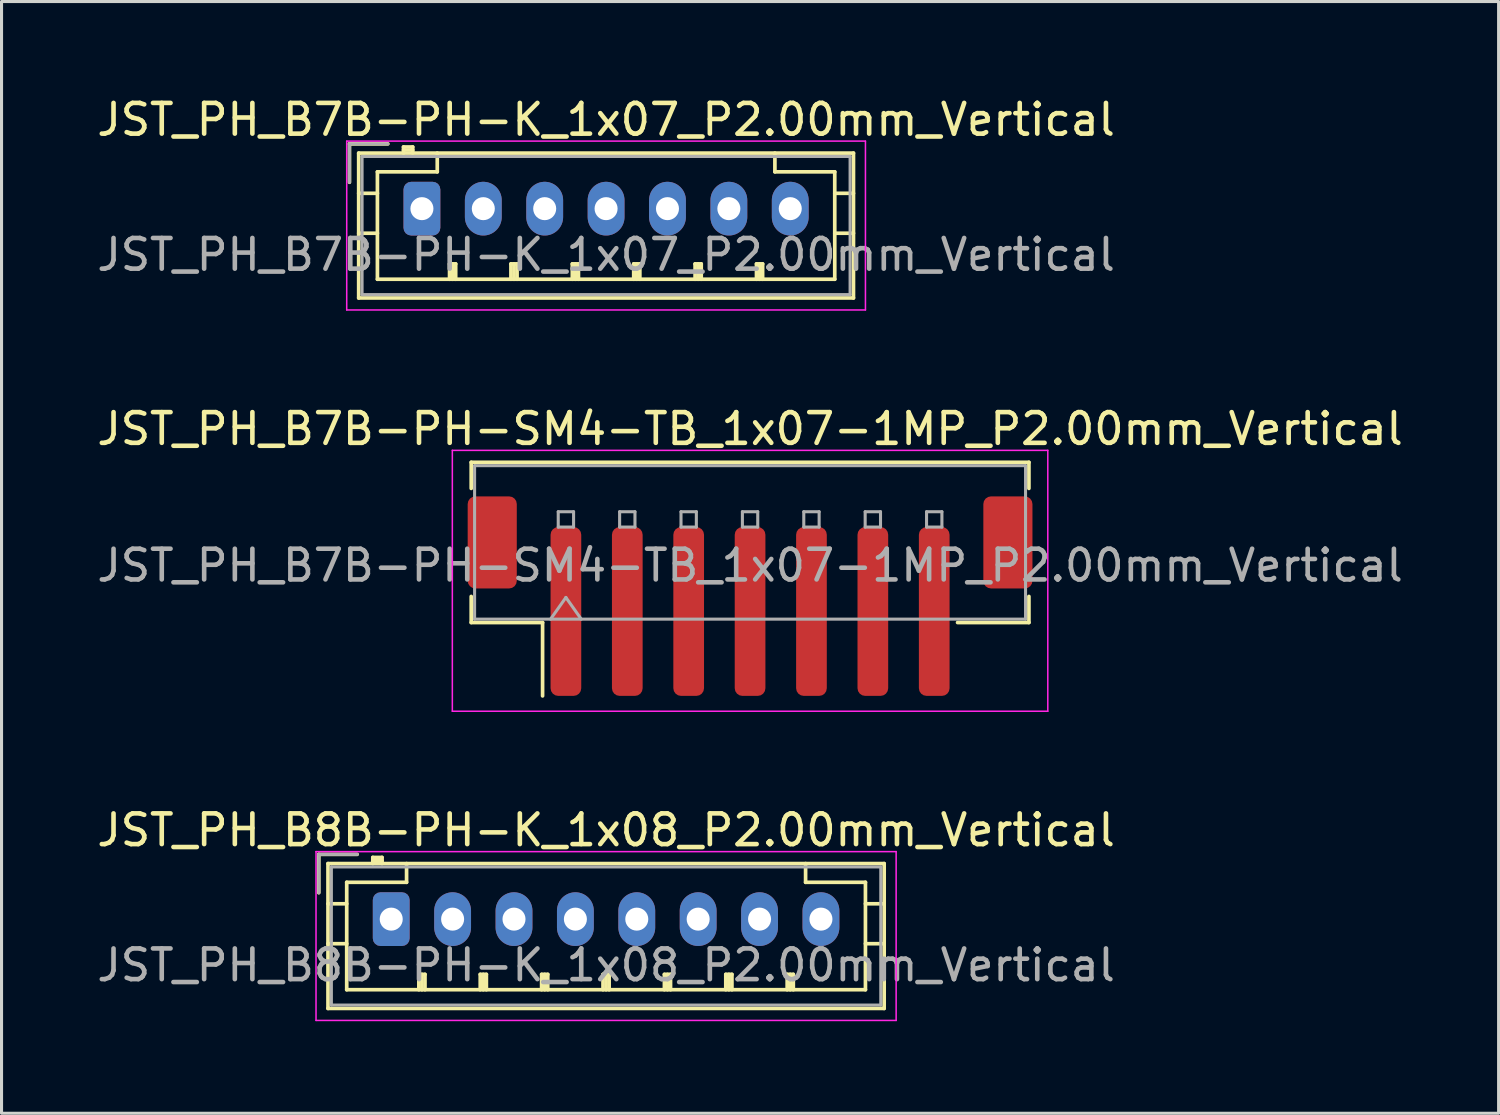
<source format=kicad_pcb>
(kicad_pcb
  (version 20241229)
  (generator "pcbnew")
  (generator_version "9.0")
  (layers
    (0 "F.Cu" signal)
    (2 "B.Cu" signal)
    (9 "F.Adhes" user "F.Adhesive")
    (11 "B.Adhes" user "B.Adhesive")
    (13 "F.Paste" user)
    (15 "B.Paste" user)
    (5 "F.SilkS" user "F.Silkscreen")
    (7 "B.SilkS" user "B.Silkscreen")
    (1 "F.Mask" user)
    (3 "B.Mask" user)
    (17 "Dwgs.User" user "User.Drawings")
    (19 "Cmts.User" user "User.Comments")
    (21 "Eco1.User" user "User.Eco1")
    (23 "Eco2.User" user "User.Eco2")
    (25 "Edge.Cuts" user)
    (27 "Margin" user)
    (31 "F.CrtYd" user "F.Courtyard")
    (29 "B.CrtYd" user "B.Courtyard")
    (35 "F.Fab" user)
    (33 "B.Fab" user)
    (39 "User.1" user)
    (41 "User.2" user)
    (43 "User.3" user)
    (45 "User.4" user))
  (footprint "JST_PH_B7B-PH-SM4-TB_1x07-1MP_P2.00mm_Vertical"
    (layer "F.Cu")
    (at 21.387 16.372)
    (property "Reference" "JST_PH_B7B-PH-SM4-TB_1x07-1MP_P2.00mm_Vertical" (at 0 -5.45 0) (layer "F.SilkS") (effects (font (size 1 1) (thickness 0.15))))
    (attr smd)
    (fp_line (start -9.085 -4.36) (end 9.085 -4.36) (stroke (width 0.12) (type solid)) (layer "F.SilkS"))
    (fp_line (start -9.085 -3.51) (end -9.085 -4.36) (stroke (width 0.12) (type solid)) (layer "F.SilkS"))
    (fp_line (start -9.085 0.01) (end -9.085 0.86) (stroke (width 0.12) (type solid)) (layer "F.SilkS"))
    (fp_line (start -9.085 0.86) (end -6.76 0.86) (stroke (width 0.12) (type solid)) (layer "F.SilkS"))
    (fp_line (start -6.76 0.86) (end -6.76 3.25) (stroke (width 0.12) (type solid)) (layer "F.SilkS"))
    (fp_line (start 9.085 -4.36) (end 9.085 -3.51) (stroke (width 0.12) (type solid)) (layer "F.SilkS"))
    (fp_line (start 9.085 0.01) (end 9.085 0.86) (stroke (width 0.12) (type solid)) (layer "F.SilkS"))
    (fp_line (start 9.085 0.86) (end 6.76 0.86) (stroke (width 0.12) (type solid)) (layer "F.SilkS"))
    (fp_line (start -9.7 -4.75) (end -9.7 3.75) (stroke (width 0.05) (type solid)) (layer "F.CrtYd"))
    (fp_line (start -9.7 3.75) (end 9.7 3.75) (stroke (width 0.05) (type solid)) (layer "F.CrtYd"))
    (fp_line (start 9.7 -4.75) (end -9.7 -4.75) (stroke (width 0.05) (type solid)) (layer "F.CrtYd"))
    (fp_line (start 9.7 3.75) (end 9.7 -4.75) (stroke (width 0.05) (type solid)) (layer "F.CrtYd"))
    (fp_line (start -8.975 -4.25) (end 8.975 -4.25) (stroke (width 0.1) (type solid)) (layer "F.Fab"))
    (fp_line (start -8.975 0.75) (end -8.975 -4.25) (stroke (width 0.1) (type solid)) (layer "F.Fab"))
    (fp_line (start -8.975 0.75) (end 8.975 0.75) (stroke (width 0.1) (type solid)) (layer "F.Fab"))
    (fp_line (start -6.5 0.75) (end -6 0.043) (stroke (width 0.1) (type solid)) (layer "F.Fab"))
    (fp_line (start -6.25 -2.75) (end -6.25 -2.25) (stroke (width 0.1) (type solid)) (layer "F.Fab"))
    (fp_line (start -6.25 -2.25) (end -5.75 -2.25) (stroke (width 0.1) (type solid)) (layer "F.Fab"))
    (fp_line (start -6 0.043) (end -5.5 0.75) (stroke (width 0.1) (type solid)) (layer "F.Fab"))
    (fp_line (start -5.75 -2.75) (end -6.25 -2.75) (stroke (width 0.1) (type solid)) (layer "F.Fab"))
    (fp_line (start -5.75 -2.25) (end -5.75 -2.75) (stroke (width 0.1) (type solid)) (layer "F.Fab"))
    (fp_line (start -4.25 -2.75) (end -4.25 -2.25) (stroke (width 0.1) (type solid)) (layer "F.Fab"))
    (fp_line (start -4.25 -2.25) (end -3.75 -2.25) (stroke (width 0.1) (type solid)) (layer "F.Fab"))
    (fp_line (start -3.75 -2.75) (end -4.25 -2.75) (stroke (width 0.1) (type solid)) (layer "F.Fab"))
    (fp_line (start -3.75 -2.25) (end -3.75 -2.75) (stroke (width 0.1) (type solid)) (layer "F.Fab"))
    (fp_line (start -2.25 -2.75) (end -2.25 -2.25) (stroke (width 0.1) (type solid)) (layer "F.Fab"))
    (fp_line (start -2.25 -2.25) (end -1.75 -2.25) (stroke (width 0.1) (type solid)) (layer "F.Fab"))
    (fp_line (start -1.75 -2.75) (end -2.25 -2.75) (stroke (width 0.1) (type solid)) (layer "F.Fab"))
    (fp_line (start -1.75 -2.25) (end -1.75 -2.75) (stroke (width 0.1) (type solid)) (layer "F.Fab"))
    (fp_line (start -0.25 -2.75) (end -0.25 -2.25) (stroke (width 0.1) (type solid)) (layer "F.Fab"))
    (fp_line (start -0.25 -2.25) (end 0.25 -2.25) (stroke (width 0.1) (type solid)) (layer "F.Fab"))
    (fp_line (start 0.25 -2.75) (end -0.25 -2.75) (stroke (width 0.1) (type solid)) (layer "F.Fab"))
    (fp_line (start 0.25 -2.25) (end 0.25 -2.75) (stroke (width 0.1) (type solid)) (layer "F.Fab"))
    (fp_line (start 1.75 -2.75) (end 1.75 -2.25) (stroke (width 0.1) (type solid)) (layer "F.Fab"))
    (fp_line (start 1.75 -2.25) (end 2.25 -2.25) (stroke (width 0.1) (type solid)) (layer "F.Fab"))
    (fp_line (start 2.25 -2.75) (end 1.75 -2.75) (stroke (width 0.1) (type solid)) (layer "F.Fab"))
    (fp_line (start 2.25 -2.25) (end 2.25 -2.75) (stroke (width 0.1) (type solid)) (layer "F.Fab"))
    (fp_line (start 3.75 -2.75) (end 3.75 -2.25) (stroke (width 0.1) (type solid)) (layer "F.Fab"))
    (fp_line (start 3.75 -2.25) (end 4.25 -2.25) (stroke (width 0.1) (type solid)) (layer "F.Fab"))
    (fp_line (start 4.25 -2.75) (end 3.75 -2.75) (stroke (width 0.1) (type solid)) (layer "F.Fab"))
    (fp_line (start 4.25 -2.25) (end 4.25 -2.75) (stroke (width 0.1) (type solid)) (layer "F.Fab"))
    (fp_line (start 5.75 -2.75) (end 5.75 -2.25) (stroke (width 0.1) (type solid)) (layer "F.Fab"))
    (fp_line (start 5.75 -2.25) (end 6.25 -2.25) (stroke (width 0.1) (type solid)) (layer "F.Fab"))
    (fp_line (start 6.25 -2.75) (end 5.75 -2.75) (stroke (width 0.1) (type solid)) (layer "F.Fab"))
    (fp_line (start 6.25 -2.25) (end 6.25 -2.75) (stroke (width 0.1) (type solid)) (layer "F.Fab"))
    (fp_line (start 8.975 0.75) (end 8.975 -4.25) (stroke (width 0.1) (type solid)) (layer "F.Fab"))
    (fp_text user "${REFERENCE}" (at 0 -1 0) (layer "F.Fab") (effects (font (size 1 1) (thickness 0.15))))
    (pad "1" smd roundrect (at -6 0.5) (size 1 5.5) (layers "F.Cu" "F.Mask" "F.Paste") (roundrect_rratio 0.25))
    (pad "2" smd roundrect (at -4 0.5) (size 1 5.5) (layers "F.Cu" "F.Mask" "F.Paste") (roundrect_rratio 0.25))
    (pad "3" smd roundrect (at -2 0.5) (size 1 5.5) (layers "F.Cu" "F.Mask" "F.Paste") (roundrect_rratio 0.25))
    (pad "4" smd roundrect (at 0 0.5) (size 1 5.5) (layers "F.Cu" "F.Mask" "F.Paste") (roundrect_rratio 0.25))
    (pad "5" smd roundrect (at 2 0.5) (size 1 5.5) (layers "F.Cu" "F.Mask" "F.Paste") (roundrect_rratio 0.25))
    (pad "6" smd roundrect (at 4 0.5) (size 1 5.5) (layers "F.Cu" "F.Mask" "F.Paste") (roundrect_rratio 0.25))
    (pad "7" smd roundrect (at 6 0.5) (size 1 5.5) (layers "F.Cu" "F.Mask" "F.Paste") (roundrect_rratio 0.25))
    (pad "MP" smd roundrect (at -8.4 -1.75) (size 1.6 3) (layers "F.Cu" "F.Mask" "F.Paste") (roundrect_rratio 0.156))
    (pad "MP" smd roundrect (at 8.4 -1.75) (size 1.6 3) (layers "F.Cu" "F.Mask" "F.Paste") (roundrect_rratio 0.156)))
  (footprint "JST_PH_B8B-PH-K_1x08_P2.00mm_Vertical"
    (layer "F.Cu")
    (at 9.696 26.895)
    (property "Reference" "JST_PH_B8B-PH-K_1x08_P2.00mm_Vertical" (at 7 -2.9 0) (layer "F.SilkS") (effects (font (size 1 1) (thickness 0.15))))
    (attr through_hole)
    (fp_line (start -2.36 -2.11) (end -2.36 -0.86) (stroke (width 0.12) (type solid)) (layer "F.SilkS"))
    (fp_line (start -2.06 -1.81) (end -2.06 2.91) (stroke (width 0.12) (type solid)) (layer "F.SilkS"))
    (fp_line (start -2.06 -0.5) (end -1.45 -0.5) (stroke (width 0.12) (type solid)) (layer "F.SilkS"))
    (fp_line (start -2.06 0.8) (end -1.45 0.8) (stroke (width 0.12) (type solid)) (layer "F.SilkS"))
    (fp_line (start -2.06 2.91) (end 16.06 2.91) (stroke (width 0.12) (type solid)) (layer "F.SilkS"))
    (fp_line (start -1.45 -1.2) (end -1.45 2.3) (stroke (width 0.12) (type solid)) (layer "F.SilkS"))
    (fp_line (start -1.45 2.3) (end 15.45 2.3) (stroke (width 0.12) (type solid)) (layer "F.SilkS"))
    (fp_line (start -1.11 -2.11) (end -2.36 -2.11) (stroke (width 0.12) (type solid)) (layer "F.SilkS"))
    (fp_line (start -0.6 -2.01) (end -0.6 -1.81) (stroke (width 0.12) (type solid)) (layer "F.SilkS"))
    (fp_line (start -0.3 -2.01) (end -0.6 -2.01) (stroke (width 0.12) (type solid)) (layer "F.SilkS"))
    (fp_line (start -0.3 -1.91) (end -0.6 -1.91) (stroke (width 0.12) (type solid)) (layer "F.SilkS"))
    (fp_line (start -0.3 -1.81) (end -0.3 -2.01) (stroke (width 0.12) (type solid)) (layer "F.SilkS"))
    (fp_line (start 0.5 -1.81) (end 0.5 -1.2) (stroke (width 0.12) (type solid)) (layer "F.SilkS"))
    (fp_line (start 0.5 -1.2) (end -1.45 -1.2) (stroke (width 0.12) (type solid)) (layer "F.SilkS"))
    (fp_line (start 0.9 1.8) (end 1.1 1.8) (stroke (width 0.12) (type solid)) (layer "F.SilkS"))
    (fp_line (start 0.9 2.3) (end 0.9 1.8) (stroke (width 0.12) (type solid)) (layer "F.SilkS"))
    (fp_line (start 1 2.3) (end 1 1.8) (stroke (width 0.12) (type solid)) (layer "F.SilkS"))
    (fp_line (start 1.1 1.8) (end 1.1 2.3) (stroke (width 0.12) (type solid)) (layer "F.SilkS"))
    (fp_line (start 2.9 1.8) (end 3.1 1.8) (stroke (width 0.12) (type solid)) (layer "F.SilkS"))
    (fp_line (start 2.9 2.3) (end 2.9 1.8) (stroke (width 0.12) (type solid)) (layer "F.SilkS"))
    (fp_line (start 3 2.3) (end 3 1.8) (stroke (width 0.12) (type solid)) (layer "F.SilkS"))
    (fp_line (start 3.1 1.8) (end 3.1 2.3) (stroke (width 0.12) (type solid)) (layer "F.SilkS"))
    (fp_line (start 4.9 1.8) (end 5.1 1.8) (stroke (width 0.12) (type solid)) (layer "F.SilkS"))
    (fp_line (start 4.9 2.3) (end 4.9 1.8) (stroke (width 0.12) (type solid)) (layer "F.SilkS"))
    (fp_line (start 5 2.3) (end 5 1.8) (stroke (width 0.12) (type solid)) (layer "F.SilkS"))
    (fp_line (start 5.1 1.8) (end 5.1 2.3) (stroke (width 0.12) (type solid)) (layer "F.SilkS"))
    (fp_line (start 6.9 1.8) (end 7.1 1.8) (stroke (width 0.12) (type solid)) (layer "F.SilkS"))
    (fp_line (start 6.9 2.3) (end 6.9 1.8) (stroke (width 0.12) (type solid)) (layer "F.SilkS"))
    (fp_line (start 7 2.3) (end 7 1.8) (stroke (width 0.12) (type solid)) (layer "F.SilkS"))
    (fp_line (start 7.1 1.8) (end 7.1 2.3) (stroke (width 0.12) (type solid)) (layer "F.SilkS"))
    (fp_line (start 8.9 1.8) (end 9.1 1.8) (stroke (width 0.12) (type solid)) (layer "F.SilkS"))
    (fp_line (start 8.9 2.3) (end 8.9 1.8) (stroke (width 0.12) (type solid)) (layer "F.SilkS"))
    (fp_line (start 9 2.3) (end 9 1.8) (stroke (width 0.12) (type solid)) (layer "F.SilkS"))
    (fp_line (start 9.1 1.8) (end 9.1 2.3) (stroke (width 0.12) (type solid)) (layer "F.SilkS"))
    (fp_line (start 10.9 1.8) (end 11.1 1.8) (stroke (width 0.12) (type solid)) (layer "F.SilkS"))
    (fp_line (start 10.9 2.3) (end 10.9 1.8) (stroke (width 0.12) (type solid)) (layer "F.SilkS"))
    (fp_line (start 11 2.3) (end 11 1.8) (stroke (width 0.12) (type solid)) (layer "F.SilkS"))
    (fp_line (start 11.1 1.8) (end 11.1 2.3) (stroke (width 0.12) (type solid)) (layer "F.SilkS"))
    (fp_line (start 12.9 1.8) (end 13.1 1.8) (stroke (width 0.12) (type solid)) (layer "F.SilkS"))
    (fp_line (start 12.9 2.3) (end 12.9 1.8) (stroke (width 0.12) (type solid)) (layer "F.SilkS"))
    (fp_line (start 13 2.3) (end 13 1.8) (stroke (width 0.12) (type solid)) (layer "F.SilkS"))
    (fp_line (start 13.1 1.8) (end 13.1 2.3) (stroke (width 0.12) (type solid)) (layer "F.SilkS"))
    (fp_line (start 13.5 -1.2) (end 13.5 -1.81) (stroke (width 0.12) (type solid)) (layer "F.SilkS"))
    (fp_line (start 15.45 -1.2) (end 13.5 -1.2) (stroke (width 0.12) (type solid)) (layer "F.SilkS"))
    (fp_line (start 15.45 2.3) (end 15.45 -1.2) (stroke (width 0.12) (type solid)) (layer "F.SilkS"))
    (fp_line (start 16.06 -1.81) (end -2.06 -1.81) (stroke (width 0.12) (type solid)) (layer "F.SilkS"))
    (fp_line (start 16.06 -0.5) (end 15.45 -0.5) (stroke (width 0.12) (type solid)) (layer "F.SilkS"))
    (fp_line (start 16.06 0.8) (end 15.45 0.8) (stroke (width 0.12) (type solid)) (layer "F.SilkS"))
    (fp_line (start 16.06 2.91) (end 16.06 -1.81) (stroke (width 0.12) (type solid)) (layer "F.SilkS"))
    (fp_line (start -2.45 -2.2) (end -2.45 3.3) (stroke (width 0.05) (type solid)) (layer "F.CrtYd"))
    (fp_line (start -2.45 3.3) (end 16.45 3.3) (stroke (width 0.05) (type solid)) (layer "F.CrtYd"))
    (fp_line (start 16.45 -2.2) (end -2.45 -2.2) (stroke (width 0.05) (type solid)) (layer "F.CrtYd"))
    (fp_line (start 16.45 3.3) (end 16.45 -2.2) (stroke (width 0.05) (type solid)) (layer "F.CrtYd"))
    (fp_line (start -2.36 -2.11) (end -2.36 -0.86) (stroke (width 0.1) (type solid)) (layer "F.Fab"))
    (fp_line (start -1.95 -1.7) (end -1.95 2.8) (stroke (width 0.1) (type solid)) (layer "F.Fab"))
    (fp_line (start -1.95 2.8) (end 15.95 2.8) (stroke (width 0.1) (type solid)) (layer "F.Fab"))
    (fp_line (start -1.11 -2.11) (end -2.36 -2.11) (stroke (width 0.1) (type solid)) (layer "F.Fab"))
    (fp_line (start 15.95 -1.7) (end -1.95 -1.7) (stroke (width 0.1) (type solid)) (layer "F.Fab"))
    (fp_line (start 15.95 2.8) (end 15.95 -1.7) (stroke (width 0.1) (type solid)) (layer "F.Fab"))
    (fp_text user "${REFERENCE}" (at 7 1.5 0) (layer "F.Fab") (effects (font (size 1 1) (thickness 0.15))))
    (pad "1" thru_hole roundrect (at 0 0) (size 1.2 1.75) (drill 0.75) (layers "*.Cu" "*.Mask") (roundrect_rratio 0.208))
    (pad "2" thru_hole oval (at 2 0) (size 1.2 1.75) (drill 0.75) (layers "*.Cu" "*.Mask"))
    (pad "3" thru_hole oval (at 4 0) (size 1.2 1.75) (drill 0.75) (layers "*.Cu" "*.Mask"))
    (pad "4" thru_hole oval (at 6 0) (size 1.2 1.75) (drill 0.75) (layers "*.Cu" "*.Mask"))
    (pad "5" thru_hole oval (at 8 0) (size 1.2 1.75) (drill 0.75) (layers "*.Cu" "*.Mask"))
    (pad "6" thru_hole oval (at 10 0) (size 1.2 1.75) (drill 0.75) (layers "*.Cu" "*.Mask"))
    (pad "7" thru_hole oval (at 12 0) (size 1.2 1.75) (drill 0.75) (layers "*.Cu" "*.Mask"))
    (pad "8" thru_hole oval (at 14 0) (size 1.2 1.75) (drill 0.75) (layers "*.Cu" "*.Mask")))
  (footprint "JST_PH_B7B-PH-K_1x07_P2.00mm_Vertical"
    (layer "F.Cu")
    (at 10.696 3.748)
    (property "Reference" "JST_PH_B7B-PH-K_1x07_P2.00mm_Vertical" (at 6 -2.9 0) (layer "F.SilkS") (effects (font (size 1 1) (thickness 0.15))))
    (attr through_hole)
    (fp_line (start -2.36 -2.11) (end -2.36 -0.86) (stroke (width 0.12) (type solid)) (layer "F.SilkS"))
    (fp_line (start -2.06 -1.81) (end -2.06 2.91) (stroke (width 0.12) (type solid)) (layer "F.SilkS"))
    (fp_line (start -2.06 -0.5) (end -1.45 -0.5) (stroke (width 0.12) (type solid)) (layer "F.SilkS"))
    (fp_line (start -2.06 0.8) (end -1.45 0.8) (stroke (width 0.12) (type solid)) (layer "F.SilkS"))
    (fp_line (start -2.06 2.91) (end 14.06 2.91) (stroke (width 0.12) (type solid)) (layer "F.SilkS"))
    (fp_line (start -1.45 -1.2) (end -1.45 2.3) (stroke (width 0.12) (type solid)) (layer "F.SilkS"))
    (fp_line (start -1.45 2.3) (end 13.45 2.3) (stroke (width 0.12) (type solid)) (layer "F.SilkS"))
    (fp_line (start -1.11 -2.11) (end -2.36 -2.11) (stroke (width 0.12) (type solid)) (layer "F.SilkS"))
    (fp_line (start -0.6 -2.01) (end -0.6 -1.81) (stroke (width 0.12) (type solid)) (layer "F.SilkS"))
    (fp_line (start -0.3 -2.01) (end -0.6 -2.01) (stroke (width 0.12) (type solid)) (layer "F.SilkS"))
    (fp_line (start -0.3 -1.91) (end -0.6 -1.91) (stroke (width 0.12) (type solid)) (layer "F.SilkS"))
    (fp_line (start -0.3 -1.81) (end -0.3 -2.01) (stroke (width 0.12) (type solid)) (layer "F.SilkS"))
    (fp_line (start 0.5 -1.81) (end 0.5 -1.2) (stroke (width 0.12) (type solid)) (layer "F.SilkS"))
    (fp_line (start 0.5 -1.2) (end -1.45 -1.2) (stroke (width 0.12) (type solid)) (layer "F.SilkS"))
    (fp_line (start 0.9 1.8) (end 1.1 1.8) (stroke (width 0.12) (type solid)) (layer "F.SilkS"))
    (fp_line (start 0.9 2.3) (end 0.9 1.8) (stroke (width 0.12) (type solid)) (layer "F.SilkS"))
    (fp_line (start 1 2.3) (end 1 1.8) (stroke (width 0.12) (type solid)) (layer "F.SilkS"))
    (fp_line (start 1.1 1.8) (end 1.1 2.3) (stroke (width 0.12) (type solid)) (layer "F.SilkS"))
    (fp_line (start 2.9 1.8) (end 3.1 1.8) (stroke (width 0.12) (type solid)) (layer "F.SilkS"))
    (fp_line (start 2.9 2.3) (end 2.9 1.8) (stroke (width 0.12) (type solid)) (layer "F.SilkS"))
    (fp_line (start 3 2.3) (end 3 1.8) (stroke (width 0.12) (type solid)) (layer "F.SilkS"))
    (fp_line (start 3.1 1.8) (end 3.1 2.3) (stroke (width 0.12) (type solid)) (layer "F.SilkS"))
    (fp_line (start 4.9 1.8) (end 5.1 1.8) (stroke (width 0.12) (type solid)) (layer "F.SilkS"))
    (fp_line (start 4.9 2.3) (end 4.9 1.8) (stroke (width 0.12) (type solid)) (layer "F.SilkS"))
    (fp_line (start 5 2.3) (end 5 1.8) (stroke (width 0.12) (type solid)) (layer "F.SilkS"))
    (fp_line (start 5.1 1.8) (end 5.1 2.3) (stroke (width 0.12) (type solid)) (layer "F.SilkS"))
    (fp_line (start 6.9 1.8) (end 7.1 1.8) (stroke (width 0.12) (type solid)) (layer "F.SilkS"))
    (fp_line (start 6.9 2.3) (end 6.9 1.8) (stroke (width 0.12) (type solid)) (layer "F.SilkS"))
    (fp_line (start 7 2.3) (end 7 1.8) (stroke (width 0.12) (type solid)) (layer "F.SilkS"))
    (fp_line (start 7.1 1.8) (end 7.1 2.3) (stroke (width 0.12) (type solid)) (layer "F.SilkS"))
    (fp_line (start 8.9 1.8) (end 9.1 1.8) (stroke (width 0.12) (type solid)) (layer "F.SilkS"))
    (fp_line (start 8.9 2.3) (end 8.9 1.8) (stroke (width 0.12) (type solid)) (layer "F.SilkS"))
    (fp_line (start 9 2.3) (end 9 1.8) (stroke (width 0.12) (type solid)) (layer "F.SilkS"))
    (fp_line (start 9.1 1.8) (end 9.1 2.3) (stroke (width 0.12) (type solid)) (layer "F.SilkS"))
    (fp_line (start 10.9 1.8) (end 11.1 1.8) (stroke (width 0.12) (type solid)) (layer "F.SilkS"))
    (fp_line (start 10.9 2.3) (end 10.9 1.8) (stroke (width 0.12) (type solid)) (layer "F.SilkS"))
    (fp_line (start 11 2.3) (end 11 1.8) (stroke (width 0.12) (type solid)) (layer "F.SilkS"))
    (fp_line (start 11.1 1.8) (end 11.1 2.3) (stroke (width 0.12) (type solid)) (layer "F.SilkS"))
    (fp_line (start 11.5 -1.2) (end 11.5 -1.81) (stroke (width 0.12) (type solid)) (layer "F.SilkS"))
    (fp_line (start 13.45 -1.2) (end 11.5 -1.2) (stroke (width 0.12) (type solid)) (layer "F.SilkS"))
    (fp_line (start 13.45 2.3) (end 13.45 -1.2) (stroke (width 0.12) (type solid)) (layer "F.SilkS"))
    (fp_line (start 14.06 -1.81) (end -2.06 -1.81) (stroke (width 0.12) (type solid)) (layer "F.SilkS"))
    (fp_line (start 14.06 -0.5) (end 13.45 -0.5) (stroke (width 0.12) (type solid)) (layer "F.SilkS"))
    (fp_line (start 14.06 0.8) (end 13.45 0.8) (stroke (width 0.12) (type solid)) (layer "F.SilkS"))
    (fp_line (start 14.06 2.91) (end 14.06 -1.81) (stroke (width 0.12) (type solid)) (layer "F.SilkS"))
    (fp_line (start -2.45 -2.2) (end -2.45 3.3) (stroke (width 0.05) (type solid)) (layer "F.CrtYd"))
    (fp_line (start -2.45 3.3) (end 14.45 3.3) (stroke (width 0.05) (type solid)) (layer "F.CrtYd"))
    (fp_line (start 14.45 -2.2) (end -2.45 -2.2) (stroke (width 0.05) (type solid)) (layer "F.CrtYd"))
    (fp_line (start 14.45 3.3) (end 14.45 -2.2) (stroke (width 0.05) (type solid)) (layer "F.CrtYd"))
    (fp_line (start -2.36 -2.11) (end -2.36 -0.86) (stroke (width 0.1) (type solid)) (layer "F.Fab"))
    (fp_line (start -1.95 -1.7) (end -1.95 2.8) (stroke (width 0.1) (type solid)) (layer "F.Fab"))
    (fp_line (start -1.95 2.8) (end 13.95 2.8) (stroke (width 0.1) (type solid)) (layer "F.Fab"))
    (fp_line (start -1.11 -2.11) (end -2.36 -2.11) (stroke (width 0.1) (type solid)) (layer "F.Fab"))
    (fp_line (start 13.95 -1.7) (end -1.95 -1.7) (stroke (width 0.1) (type solid)) (layer "F.Fab"))
    (fp_line (start 13.95 2.8) (end 13.95 -1.7) (stroke (width 0.1) (type solid)) (layer "F.Fab"))
    (fp_text user "${REFERENCE}" (at 6 1.5 0) (layer "F.Fab") (effects (font (size 1 1) (thickness 0.15))))
    (pad "1" thru_hole roundrect (at 0 0) (size 1.2 1.75) (drill 0.75) (layers "*.Cu" "*.Mask") (roundrect_rratio 0.208))
    (pad "2" thru_hole oval (at 2 0) (size 1.2 1.75) (drill 0.75) (layers "*.Cu" "*.Mask"))
    (pad "3" thru_hole oval (at 4 0) (size 1.2 1.75) (drill 0.75) (layers "*.Cu" "*.Mask"))
    (pad "4" thru_hole oval (at 6 0) (size 1.2 1.75) (drill 0.75) (layers "*.Cu" "*.Mask"))
    (pad "5" thru_hole oval (at 8 0) (size 1.2 1.75) (drill 0.75) (layers "*.Cu" "*.Mask"))
    (pad "6" thru_hole oval (at 10 0) (size 1.2 1.75) (drill 0.75) (layers "*.Cu" "*.Mask"))
    (pad "7" thru_hole oval (at 12 0) (size 1.2 1.75) (drill 0.75) (layers "*.Cu" "*.Mask")))
  (gr_rect
    (start -3 -3)
    (end 45.774 33.22)
    (stroke (width 0.1) (type default))
    (fill no)
    (layer "Edge.Cuts")))
</source>
